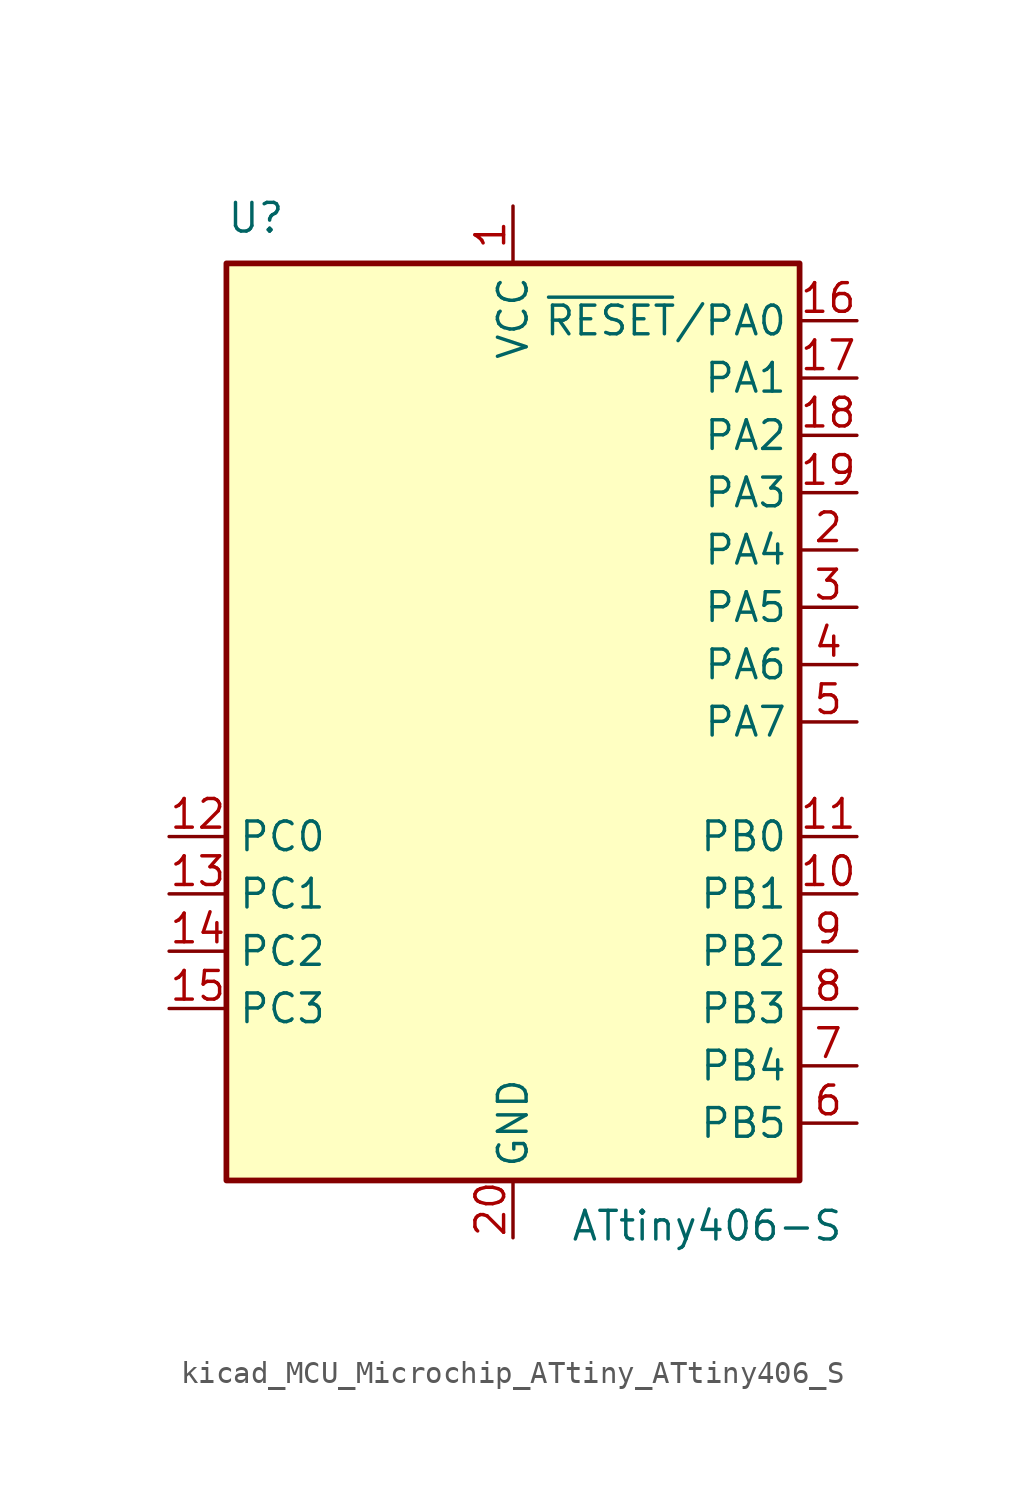
<source format=kicad_sym>
(kicad_symbol_lib
  (version 20220914)
  (generator kicad_symbol_editor)
  (symbol "kicad_MCU_Microchip_ATtiny_ATtiny406_S"
    (property "Reference" "U"
      (at -12.7 21.59 0)
      (effects (font (size 1.27 1.27)) (justify left bottom)))
    (property "Value" "ATtiny406-S"
      (at 2.54 -21.59 0)
      (effects (font (size 1.27 1.27)) (justify left top)))
    (symbol "kicad_MCU_Microchip_ATtiny_ATtiny406_S_0_1"
      (rectangle (start -12.7 -20.32) (end 12.7 20.32) (stroke (width 0.254) (type default)) (fill (type background))))
    (symbol "kicad_MCU_Microchip_ATtiny_ATtiny406_S_1_1"
      (pin power_in line (at 0 22.86 270) (length 2.54) (name "VCC" (effects (font (size 1.27 1.27)))) (number "1" (effects (font (size 1.27 1.27)))))
      (pin bidirectional line (at 15.24 -7.62 180) (length 2.54) (name "PB1" (effects (font (size 1.27 1.27)))) (number "10" (effects (font (size 1.27 1.27)))))
      (pin bidirectional line (at 15.24 -5.08 180) (length 2.54) (name "PB0" (effects (font (size 1.27 1.27)))) (number "11" (effects (font (size 1.27 1.27)))))
      (pin bidirectional line (at -15.24 -5.08 0) (length 2.54) (name "PC0" (effects (font (size 1.27 1.27)))) (number "12" (effects (font (size 1.27 1.27)))))
      (pin bidirectional line (at -15.24 -7.62 0) (length 2.54) (name "PC1" (effects (font (size 1.27 1.27)))) (number "13" (effects (font (size 1.27 1.27)))))
      (pin bidirectional line (at -15.24 -10.16 0) (length 2.54) (name "PC2" (effects (font (size 1.27 1.27)))) (number "14" (effects (font (size 1.27 1.27)))))
      (pin bidirectional line (at -15.24 -12.7 0) (length 2.54) (name "PC3" (effects (font (size 1.27 1.27)))) (number "15" (effects (font (size 1.27 1.27)))))
      (pin bidirectional line (at 15.24 17.78 180) (length 2.54) (name "~{RESET}/PA0" (effects (font (size 1.27 1.27)))) (number "16" (effects (font (size 1.27 1.27)))))
      (pin bidirectional line (at 15.24 15.24 180) (length 2.54) (name "PA1" (effects (font (size 1.27 1.27)))) (number "17" (effects (font (size 1.27 1.27)))))
      (pin bidirectional line (at 15.24 12.7 180) (length 2.54) (name "PA2" (effects (font (size 1.27 1.27)))) (number "18" (effects (font (size 1.27 1.27)))))
      (pin bidirectional line (at 15.24 10.16 180) (length 2.54) (name "PA3" (effects (font (size 1.27 1.27)))) (number "19" (effects (font (size 1.27 1.27)))))
      (pin bidirectional line (at 15.24 7.62 180) (length 2.54) (name "PA4" (effects (font (size 1.27 1.27)))) (number "2" (effects (font (size 1.27 1.27)))))
      (pin power_in line (at 0 -22.86 90) (length 2.54) (name "GND" (effects (font (size 1.27 1.27)))) (number "20" (effects (font (size 1.27 1.27)))))
      (pin bidirectional line (at 15.24 5.08 180) (length 2.54) (name "PA5" (effects (font (size 1.27 1.27)))) (number "3" (effects (font (size 1.27 1.27)))))
      (pin bidirectional line (at 15.24 2.54 180) (length 2.54) (name "PA6" (effects (font (size 1.27 1.27)))) (number "4" (effects (font (size 1.27 1.27)))))
      (pin bidirectional line (at 15.24 0 180) (length 2.54) (name "PA7" (effects (font (size 1.27 1.27)))) (number "5" (effects (font (size 1.27 1.27)))))
      (pin bidirectional line (at 15.24 -17.78 180) (length 2.54) (name "PB5" (effects (font (size 1.27 1.27)))) (number "6" (effects (font (size 1.27 1.27)))))
      (pin bidirectional line (at 15.24 -15.24 180) (length 2.54) (name "PB4" (effects (font (size 1.27 1.27)))) (number "7" (effects (font (size 1.27 1.27)))))
      (pin bidirectional line (at 15.24 -12.7 180) (length 2.54) (name "PB3" (effects (font (size 1.27 1.27)))) (number "8" (effects (font (size 1.27 1.27)))))
      (pin bidirectional line (at 15.24 -10.16 180) (length 2.54) (name "PB2" (effects (font (size 1.27 1.27)))) (number "9" (effects (font (size 1.27 1.27))))))))
</source>
